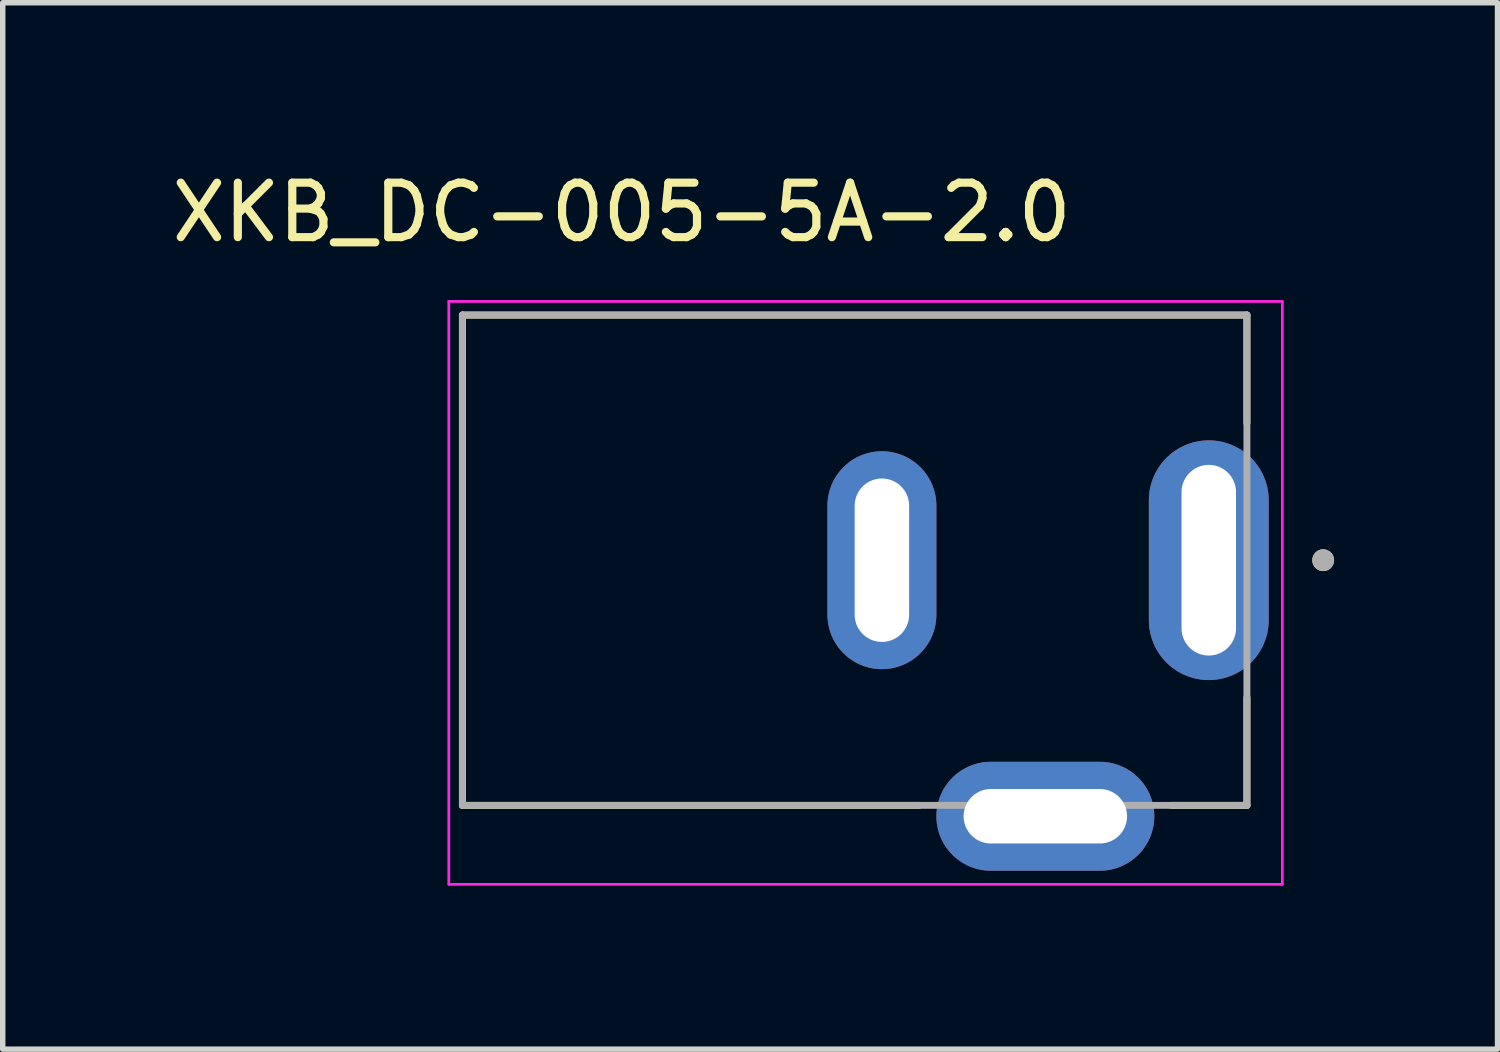
<source format=kicad_pcb>
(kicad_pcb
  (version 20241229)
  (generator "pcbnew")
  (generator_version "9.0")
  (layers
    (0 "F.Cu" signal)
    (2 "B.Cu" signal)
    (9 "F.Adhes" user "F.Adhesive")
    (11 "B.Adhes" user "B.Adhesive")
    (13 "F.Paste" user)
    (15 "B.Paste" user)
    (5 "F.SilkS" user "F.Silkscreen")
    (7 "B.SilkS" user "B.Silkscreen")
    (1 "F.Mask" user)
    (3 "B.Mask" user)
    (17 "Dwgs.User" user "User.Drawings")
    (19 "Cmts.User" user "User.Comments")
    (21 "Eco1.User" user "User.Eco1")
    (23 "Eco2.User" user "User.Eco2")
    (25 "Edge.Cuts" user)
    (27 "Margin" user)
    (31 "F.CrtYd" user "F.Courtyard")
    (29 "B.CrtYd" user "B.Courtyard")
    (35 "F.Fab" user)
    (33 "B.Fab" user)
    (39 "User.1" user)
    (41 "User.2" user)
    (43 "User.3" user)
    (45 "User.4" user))
  (footprint "XKB_DC-005-5A-2.0"
    (layer "F.Cu")
    (at 13.138 7.233)
    (property "Reference" "XKB_DC-005-5A-2.0" (at -4.775 -6.385 0) (layer "F.SilkS") (effects (font (size 1 1) (thickness 0.15))))
    (attr through_hole)
    (fp_line (start -7.7 -4.5) (end 6.7 -4.5) (stroke (width 0.127) (type solid)) (layer "F.SilkS"))
    (fp_line (start -7.7 4.5) (end -7.7 -4.5) (stroke (width 0.127) (type solid)) (layer "F.SilkS"))
    (fp_line (start 0.68 4.5) (end -7.7 4.5) (stroke (width 0.127) (type solid)) (layer "F.SilkS"))
    (fp_line (start 6.7 -4.5) (end 6.7 -2.52) (stroke (width 0.127) (type solid)) (layer "F.SilkS"))
    (fp_line (start 6.7 4.5) (end 5.32 4.5) (stroke (width 0.127) (type solid)) (layer "F.SilkS"))
    (fp_line (start 6.7 4.5) (end 6.7 2.52) (stroke (width 0.127) (type solid)) (layer "F.SilkS"))
    (fp_circle (center 8.1 0) (end 8.2 0) (stroke (width 0.2) (type solid)) (fill no) (layer "F.SilkS"))
    (fp_line (start -7.95 -4.75) (end -7.95 5.95) (stroke (width 0.05) (type solid)) (layer "F.CrtYd"))
    (fp_line (start -7.95 5.95) (end 7.35 5.95) (stroke (width 0.05) (type solid)) (layer "F.CrtYd"))
    (fp_line (start 7.35 -4.75) (end -7.95 -4.75) (stroke (width 0.05) (type solid)) (layer "F.CrtYd"))
    (fp_line (start 7.35 5.95) (end 7.35 -4.75) (stroke (width 0.05) (type solid)) (layer "F.CrtYd"))
    (fp_line (start -7.7 -4.5) (end 6.7 -4.5) (stroke (width 0.127) (type solid)) (layer "F.Fab"))
    (fp_line (start -7.7 4.5) (end -7.7 -4.5) (stroke (width 0.127) (type solid)) (layer "F.Fab"))
    (fp_line (start 6.7 -4.5) (end 6.7 4.5) (stroke (width 0.127) (type solid)) (layer "F.Fab"))
    (fp_line (start 6.7 4.5) (end -7.7 4.5) (stroke (width 0.127) (type solid)) (layer "F.Fab"))
    (fp_circle (center 8.1 0) (end 8.2 0) (stroke (width 0.2) (type solid)) (fill no) (layer "F.Fab"))
    (pad "1" thru_hole oval (at 6 0) (size 2.2 4.4) (drill oval 1 3.5) (layers "*.Cu" "*.Mask"))
    (pad "2" thru_hole oval (at 0 0) (size 2 4) (drill oval 1 3) (layers "*.Cu" "*.Mask"))
    (pad "3" thru_hole oval (at 3 4.7) (size 4 2) (drill oval 3 1) (layers "*.Cu" "*.Mask")))
  (gr_rect
    (start -3 -3)
    (end 24.438 16.208)
    (stroke (width 0.1) (type default))
    (fill no)
    (layer "Edge.Cuts")))
</source>
